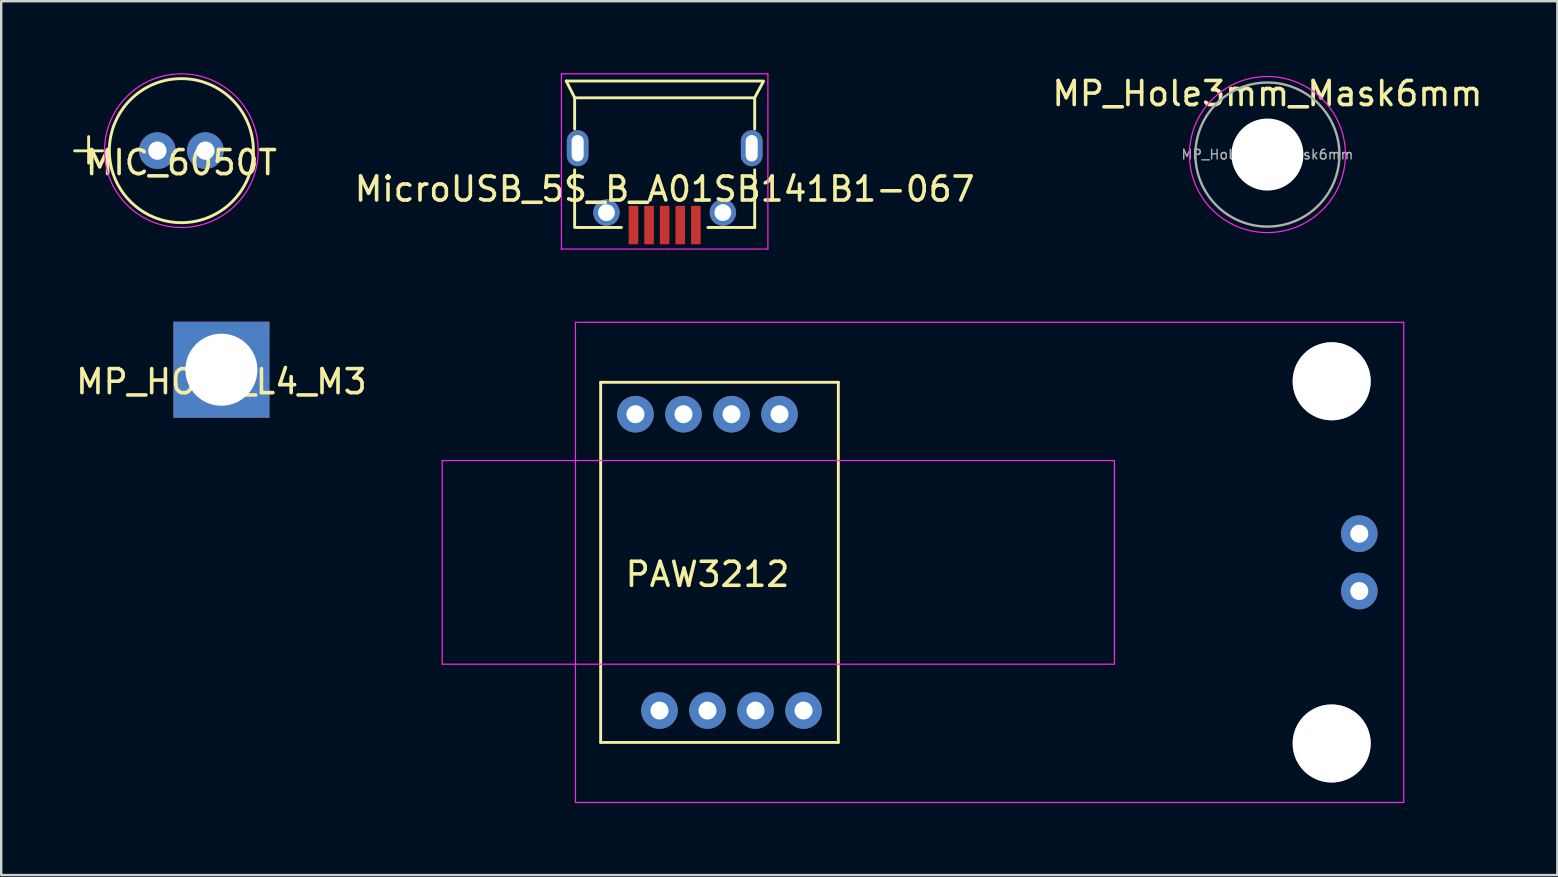
<source format=kicad_pcb>
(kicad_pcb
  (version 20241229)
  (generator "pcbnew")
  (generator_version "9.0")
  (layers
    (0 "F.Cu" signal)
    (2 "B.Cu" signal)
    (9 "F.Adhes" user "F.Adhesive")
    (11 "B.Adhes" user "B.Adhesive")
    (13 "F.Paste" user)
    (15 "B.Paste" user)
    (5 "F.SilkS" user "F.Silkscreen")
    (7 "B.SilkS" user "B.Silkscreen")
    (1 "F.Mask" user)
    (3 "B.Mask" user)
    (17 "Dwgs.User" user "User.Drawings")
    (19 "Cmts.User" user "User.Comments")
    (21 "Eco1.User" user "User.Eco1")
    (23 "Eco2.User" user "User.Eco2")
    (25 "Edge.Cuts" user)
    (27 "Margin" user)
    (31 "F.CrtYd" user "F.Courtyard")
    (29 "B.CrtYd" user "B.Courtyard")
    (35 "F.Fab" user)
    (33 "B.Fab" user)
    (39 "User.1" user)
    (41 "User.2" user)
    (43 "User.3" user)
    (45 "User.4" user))
  (footprint "MicroUSB_5S_B_A01SB141B1-067"
    (layer "F.Cu")
    (at 24.636 4.325)
    (property "Reference" "MicroUSB_5S_B_A01SB141B1-067" (at 0 0.5 0) (layer "F.SilkS") (effects (font (size 1 1) (thickness 0.15))))
    (attr through_hole)
    (fp_line (start -4.1 -4) (end -3.734 -3.277) (stroke (width 0.12) (type solid)) (layer "F.SilkS"))
    (fp_line (start -4.1 -4) (end 4.1 -4) (stroke (width 0.12) (type solid)) (layer "F.SilkS"))
    (fp_line (start -3.75 -3.3) (end -3.75 -2) (stroke (width 0.12) (type solid)) (layer "F.SilkS"))
    (fp_line (start -3.75 -3.3) (end 3.75 -3.3) (stroke (width 0.12) (type solid)) (layer "F.SilkS"))
    (fp_line (start -3.75 -0.3) (end -3.75 2.1) (stroke (width 0.12) (type solid)) (layer "F.SilkS"))
    (fp_line (start -3.7 2.1) (end -1.8 2.1) (stroke (width 0.12) (type solid)) (layer "F.SilkS"))
    (fp_line (start 1.8 2.1) (end 3.75 2.1) (stroke (width 0.12) (type solid)) (layer "F.SilkS"))
    (fp_line (start 3.75 -3.3) (end 3.75 -2) (stroke (width 0.12) (type solid)) (layer "F.SilkS"))
    (fp_line (start 3.75 -0.3) (end 3.75 2.1) (stroke (width 0.12) (type solid)) (layer "F.SilkS"))
    (fp_line (start 4.115 -3.988) (end 3.734 -3.277) (stroke (width 0.12) (type solid)) (layer "F.SilkS"))
    (fp_line (start -4.3 -4.3) (end -4.3 3) (stroke (width 0.05) (type solid)) (layer "F.CrtYd"))
    (fp_line (start -4.3 3) (end 4.3 3) (stroke (width 0.05) (type solid)) (layer "F.CrtYd"))
    (fp_line (start 4.3 -4.3) (end -4.3 -4.3) (stroke (width 0.05) (type solid)) (layer "F.CrtYd"))
    (fp_line (start 4.3 3) (end 4.3 -4.3) (stroke (width 0.05) (type solid)) (layer "F.CrtYd"))
    (pad "1" smd rect (at 1.3 2) (size 0.4 1.6) (layers "F.Cu" "F.Mask" "F.Paste"))
    (pad "2" smd rect (at 0.65 2) (size 0.4 1.6) (layers "F.Cu" "F.Mask" "F.Paste"))
    (pad "3" smd rect (at 0 2) (size 0.4 1.6) (layers "F.Cu" "F.Mask" "F.Paste"))
    (pad "4" smd rect (at -0.65 2) (size 0.4 1.6) (layers "F.Cu" "F.Mask" "F.Paste"))
    (pad "5" smd rect (at -1.3 2) (size 0.4 1.6) (layers "F.Cu" "F.Mask" "F.Paste"))
    (pad "6" thru_hole oval (at -3.625 -1.2) (size 0.9 1.5) (drill oval 0.5 1.1) (layers "*.Cu" "*.Mask"))
    (pad "6" thru_hole circle (at -2.425 1.48) (size 1.1 1.1) (drill 0.7) (layers "*.Cu" "*.Mask"))
    (pad "6" thru_hole circle (at 2.425 1.48) (size 1.1 1.1) (drill 0.7) (layers "*.Cu" "*.Mask"))
    (pad "6" thru_hole oval (at 3.625 -1.2) (size 0.9 1.5) (drill oval 0.5 1.1) (layers "*.Cu" "*.Mask")))
  (footprint "MP_HOLE_L4_M3"
    (layer "F.Cu")
    (at 6.173 12.35)
    (property "Reference" "MP_HOLE_L4_M3" (at 0 0.5 0) (layer "F.SilkS") (effects (font (size 1 1) (thickness 0.15))))
    (attr through_hole)
    (pad "1" thru_hole rect (at 0 0) (size 4 4) (drill 3) (layers "*.Cu" "*.Mask")))
  (footprint "MIC_6050T"
    (layer "F.Cu")
    (at 4.505 3.225)
    (property "Reference" "MIC_6050T" (at 0 0.5 0) (layer "F.SilkS") (effects (font (size 1 1) (thickness 0.15))))
    (attr through_hole)
    (fp_line (start -4.445 0.008) (end -3.284 0.008) (stroke (width 0.12) (type solid)) (layer "F.SilkS"))
    (fp_line (start -3.863 -0.584) (end -3.863 0.521) (stroke (width 0.12) (type solid)) (layer "F.SilkS"))
    (fp_circle (center 0 0) (end 3 0) (stroke (width 0.12) (type solid)) (fill no) (layer "F.SilkS"))
    (fp_circle (center 0 0) (end 3.2 0) (stroke (width 0.05) (type solid)) (fill no) (layer "F.CrtYd"))
    (pad "1" thru_hole circle (at -1 0) (size 1.524 1.524) (drill 0.762) (layers "*.Cu" "*.Mask"))
    (pad "2" thru_hole circle (at 1 0) (size 1.524 1.524) (drill 0.762) (layers "*.Cu" "*.Mask")))
  (footprint "MP_Hole3mm_Mask6mm"
    (layer "F.Cu")
    (at 49.743 3.388)
    (property "Reference" "MP_Hole3mm_Mask6mm" (at 0 -2.54 0) (layer "F.SilkS") (effects (font (size 1 1) (thickness 0.15))))
    (attr smd)
    (fp_circle (center 0 0) (end 3.25 0) (stroke (width 0.05) (type solid)) (fill no) (layer "F.CrtYd"))
    (fp_circle (center 0 0) (end 3 0) (stroke (width 0.1) (type solid)) (fill no) (layer "F.Fab"))
    (fp_text user "${REFERENCE}" (at 0 0 0) (layer "F.Fab") (effects (font (size 0.4 0.4) (thickness 0.06))))
    (pad "" np_thru_hole circle (at 0 0) (size 3 3) (drill 3) (layers "*.Cu" "*.Mask")))
  (footprint "PAW3212"
    (layer "F.Cu")
    (at 26.42 20.375)
    (property "Reference" "PAW3212" (at 0 0.5 0) (layer "F.SilkS") (effects (font (size 1 1) (thickness 0.15))))
    (attr through_hole)
    (fp_line (start -4.45 -7.5) (end -4.45 7.5) (stroke (width 0.12) (type solid)) (layer "F.SilkS"))
    (fp_line (start -4.45 7.5) (end 5.45 7.5) (stroke (width 0.12) (type solid)) (layer "F.SilkS"))
    (fp_line (start 5.45 -7.5) (end -4.45 -7.5) (stroke (width 0.12) (type solid)) (layer "F.SilkS"))
    (fp_line (start 5.45 7.5) (end 5.45 -7.5) (stroke (width 0.12) (type solid)) (layer "F.SilkS"))
    (fp_line (start -11.05 -4.242) (end 16.95 -4.242) (stroke (width 0.05) (type solid)) (layer "F.CrtYd"))
    (fp_line (start -11.05 4.242) (end -11.05 -4.242) (stroke (width 0.05) (type solid)) (layer "F.CrtYd"))
    (fp_line (start -5.5 -10) (end 29 -10) (stroke (width 0.05) (type solid)) (layer "F.CrtYd"))
    (fp_line (start -5.5 10) (end -5.5 -10) (stroke (width 0.05) (type solid)) (layer "F.CrtYd"))
    (fp_line (start 16.95 -4.242) (end 16.95 4.242) (stroke (width 0.05) (type solid)) (layer "F.CrtYd"))
    (fp_line (start 16.95 4.242) (end -11.05 4.242) (stroke (width 0.05) (type solid)) (layer "F.CrtYd"))
    (fp_line (start 29 -10) (end 29 10) (stroke (width 0.05) (type solid)) (layer "F.CrtYd"))
    (fp_line (start 29 10) (end -5.5 10) (stroke (width 0.05) (type solid)) (layer "F.CrtYd"))
    (pad "1" thru_hole circle (at -2 6.172) (size 1.524 1.524) (drill 0.75) (layers "*.Cu" "*.Mask"))
    (pad "2" thru_hole circle (at 0 6.172) (size 1.524 1.524) (drill 0.75) (layers "*.Cu" "*.Mask"))
    (pad "3" thru_hole circle (at 2 6.172) (size 1.524 1.524) (drill 0.75) (layers "*.Cu" "*.Mask"))
    (pad "4" thru_hole circle (at 4 6.172) (size 1.524 1.524) (drill 0.75) (layers "*.Cu" "*.Mask"))
    (pad "5" thru_hole circle (at 3 -6.172) (size 1.524 1.524) (drill 0.75) (layers "*.Cu" "*.Mask"))
    (pad "6" thru_hole circle (at 1 -6.172) (size 1.524 1.524) (drill 0.75) (layers "*.Cu" "*.Mask"))
    (pad "7" thru_hole circle (at -1 -6.172) (size 1.524 1.524) (drill 0.75) (layers "*.Cu" "*.Mask"))
    (pad "8" thru_hole circle (at -3 -6.172) (size 1.524 1.524) (drill 0.75) (layers "*.Cu" "*.Mask"))
    (pad "9" thru_hole circle (at 27.15 -1.194) (size 1.524 1.524) (drill 0.75) (layers "*.Cu" "*.Mask"))
    (pad "10" thru_hole circle (at 27.15 1.194) (size 1.524 1.524) (drill 0.75) (layers "*.Cu" "*.Mask"))
    (pad "11" thru_hole circle (at 26 -7.544) (size 3.251 3.251) (drill 3.251) (layers "*.Cu" "*.Mask"))
    (pad "12" thru_hole circle (at 26 7.544) (size 3.251 3.251) (drill 3.251) (layers "*.Cu" "*.Mask")))
  (gr_rect
    (start -3 -3)
    (end 61.82 33.4)
    (stroke (width 0.1) (type default))
    (fill no)
    (layer "Edge.Cuts")))
</source>
